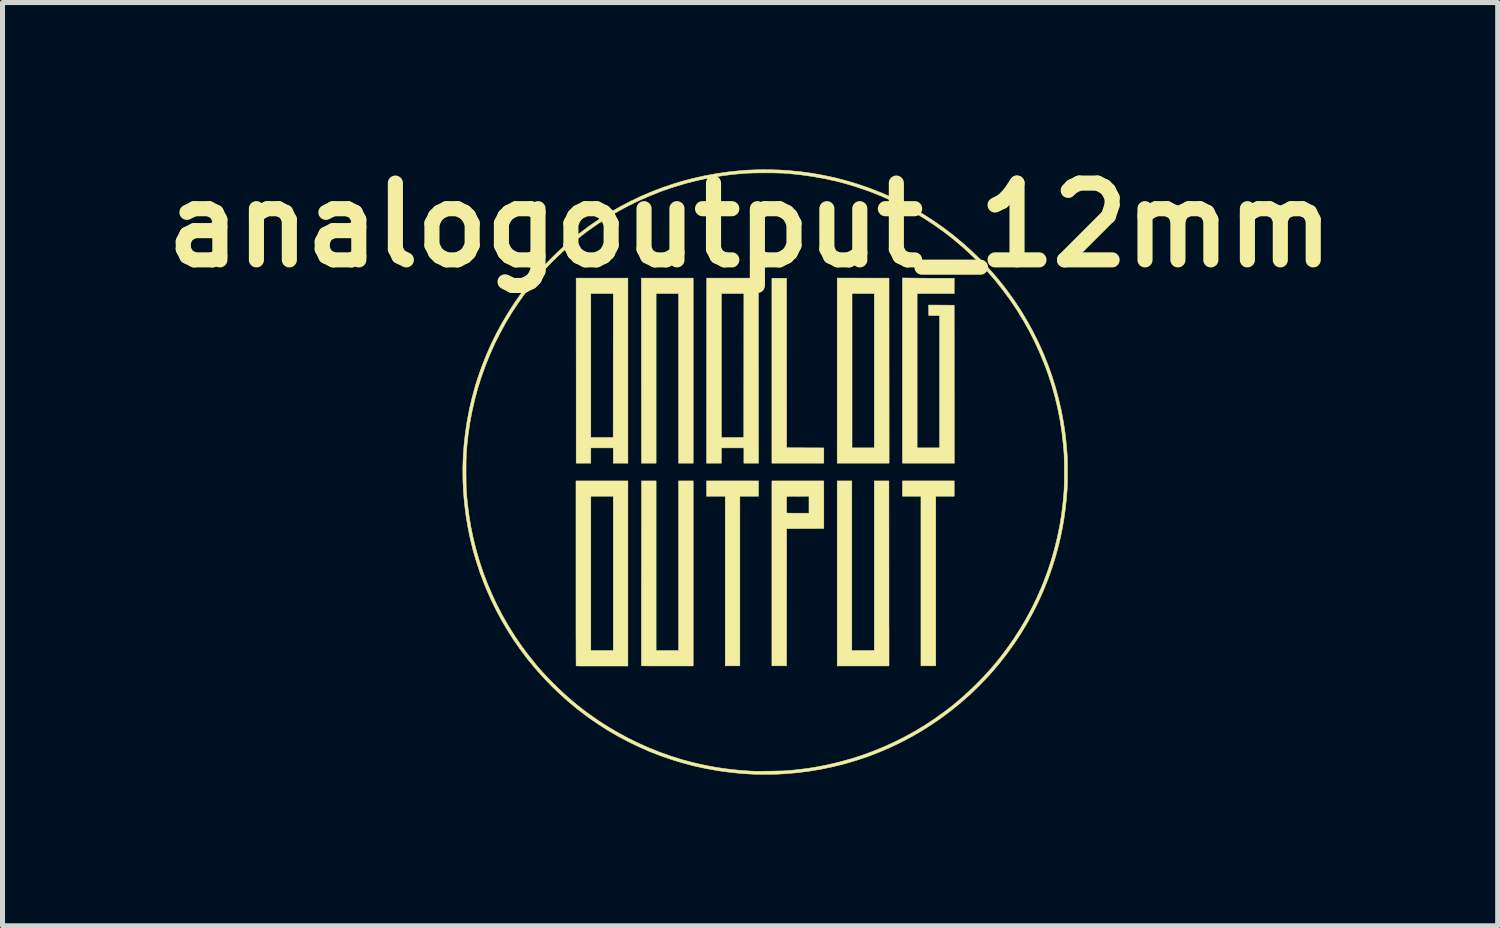
<source format=kicad_pcb>
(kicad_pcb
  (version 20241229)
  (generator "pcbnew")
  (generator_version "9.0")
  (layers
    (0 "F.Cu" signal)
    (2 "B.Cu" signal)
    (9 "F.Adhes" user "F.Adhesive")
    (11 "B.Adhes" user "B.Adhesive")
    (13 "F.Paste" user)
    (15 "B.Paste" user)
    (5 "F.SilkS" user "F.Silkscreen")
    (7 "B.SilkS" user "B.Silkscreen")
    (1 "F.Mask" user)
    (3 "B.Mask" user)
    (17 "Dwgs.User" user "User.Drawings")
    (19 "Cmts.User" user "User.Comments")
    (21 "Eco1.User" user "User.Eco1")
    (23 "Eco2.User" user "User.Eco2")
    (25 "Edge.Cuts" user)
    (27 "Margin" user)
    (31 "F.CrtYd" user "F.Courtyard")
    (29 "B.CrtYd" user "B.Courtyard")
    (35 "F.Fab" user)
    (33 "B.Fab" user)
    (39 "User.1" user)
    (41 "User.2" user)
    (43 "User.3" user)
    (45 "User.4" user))
  (footprint "analogoutput_12mm"
    (layer "F.Cu")
    (at 12.136 6.318)
    (property "Reference" "analogoutput_12mm" (at -0.3 -4.9 0) (layer "F.SilkS") (effects (font (size 1.524 1.524) (thickness 0.3))))
    (attr through_hole)
    (fp_poly (pts (xy 0.424 -2.164) (xy 0.425 -0.482) (xy 1.163 -0.479) (xy 1.163 -0.176) (xy 0.133 -0.176) (xy 0.133 -3.846) (xy 0.423 -3.846) (xy 0.424 -2.164)) (stroke (width 0.01) (type solid)) (fill yes) (layer "F.SilkS"))
    (fp_poly (pts (xy -0.133 0.48) (xy -0.503 0.48) (xy -0.503 3.846) (xy -0.793 3.846) (xy -0.793 0.48) (xy -1.163 0.48) (xy -1.163 0.176) (xy -0.133 0.176) (xy -0.133 0.48)) (stroke (width 0.01) (type solid)) (fill yes) (layer "F.SilkS"))
    (fp_poly (pts (xy 3.751 0.48) (xy 3.385 0.48) (xy 3.385 3.846) (xy 3.091 3.846) (xy 3.091 0.48) (xy 2.725 0.48) (xy 2.725 0.176) (xy 3.751 0.176) (xy 3.751 0.48)) (stroke (width 0.01) (type solid)) (fill yes) (layer "F.SilkS"))
    (fp_poly (pts (xy 1.943 -3.849) (xy 2.457 -3.848) (xy 2.459 -0.176) (xy 1.429 -0.176) (xy 1.429 -3.542) (xy 1.723 -3.542) (xy 1.723 -0.48) (xy 2.165 -0.48) (xy 2.165 -3.542) (xy 1.723 -3.542) (xy 1.429 -3.542) (xy 1.429 -3.85) (xy 1.943 -3.849)) (stroke (width 0.01) (type solid)) (fill yes) (layer "F.SilkS"))
    (fp_poly (pts (xy -0.133 -0.176) (xy -0.423 -0.176) (xy -0.423 -0.48) (xy -0.869 -0.48) (xy -0.869 -0.176) (xy -1.163 -0.176) (xy -1.162 -2.012) (xy -1.161 -3.542) (xy -0.869 -3.542) (xy -0.869 -0.684) (xy -0.425 -0.686) (xy -0.423 -3.542) (xy -0.869 -3.542) (xy -1.161 -3.542) (xy -1.161 -3.848) (xy -0.135 -3.848) (xy -0.133 -0.176)) (stroke (width 0.01) (type solid)) (fill yes) (layer "F.SilkS"))
    (fp_poly (pts (xy 2.942 -3.849) (xy 2.99 -3.848) (xy 3.044 -3.848) (xy 3.105 -3.847) (xy 3.17 -3.847) (xy 3.237 -3.846) (xy 3.304 -3.846) (xy 3.37 -3.846) (xy 3.432 -3.846) (xy 3.455 -3.846) (xy 3.751 -3.846) (xy 3.751 -3.542) (xy 3.015 -3.542) (xy 3.015 -0.48) (xy 3.461 -0.48) (xy 3.461 -3.105) (xy 3.353 -3.106) (xy 3.245 -3.107) (xy 3.244 -3.211) (xy 3.242 -3.314) (xy 3.497 -3.313) (xy 3.751 -3.311) (xy 3.753 -0.176) (xy 2.725 -0.176) (xy 2.725 -3.852) (xy 2.942 -3.849)) (stroke (width 0.01) (type solid)) (fill yes) (layer "F.SilkS"))
    (fp_poly (pts (xy -1.429 -0.176) (xy -1.719 -0.176) (xy -1.719 -3.542) (xy -2.165 -3.542) (xy -2.165 -0.176) (xy -2.455 -0.176) (xy -2.456 -1.859) (xy -2.456 -1.986) (xy -2.456 -2.112) (xy -2.456 -2.236) (xy -2.456 -2.357) (xy -2.456 -2.476) (xy -2.456 -2.592) (xy -2.456 -2.704) (xy -2.456 -2.812) (xy -2.456 -2.915) (xy -2.456 -3.014) (xy -2.457 -3.108) (xy -2.457 -3.197) (xy -2.457 -3.279) (xy -2.457 -3.356) (xy -2.457 -3.426) (xy -2.457 -3.489) (xy -2.457 -3.544) (xy -2.457 -3.592) (xy -2.457 -3.632) (xy -2.457 -3.663) (xy -2.457 -3.685) (xy -2.457 -3.695) (xy -2.457 -3.848) (xy -1.429 -3.848) (xy -1.429 -0.176)) (stroke (width 0.01) (type solid)) (fill yes) (layer "F.SilkS"))
    (fp_poly (pts (xy 1.163 1.12) (xy 0.425 1.123) (xy 0.424 2.484) (xy 0.423 3.846) (xy 0.133 3.846) (xy 0.133 0.717) (xy 0.423 0.717) (xy 0.423 0.749) (xy 0.424 0.775) (xy 0.424 0.795) (xy 0.424 0.807) (xy 0.425 0.811) (xy 0.427 0.812) (xy 0.434 0.813) (xy 0.446 0.814) (xy 0.463 0.815) (xy 0.486 0.816) (xy 0.516 0.816) (xy 0.554 0.816) (xy 0.6 0.817) (xy 0.648 0.817) (xy 0.869 0.817) (xy 0.869 0.479) (xy 0.647 0.481) (xy 0.425 0.482) (xy 0.424 0.643) (xy 0.423 0.682) (xy 0.423 0.717) (xy 0.133 0.717) (xy 0.133 0.176) (xy 1.163 0.176) (xy 1.163 1.12)) (stroke (width 0.01) (type solid)) (fill yes) (layer "F.SilkS"))
    (fp_poly (pts (xy 1.719 3.542) (xy 2.165 3.542) (xy 2.165 0.176) (xy 2.455 0.176) (xy 2.456 1.859) (xy 2.456 1.986) (xy 2.456 2.112) (xy 2.456 2.236) (xy 2.456 2.357) (xy 2.456 2.476) (xy 2.456 2.592) (xy 2.456 2.704) (xy 2.456 2.812) (xy 2.456 2.915) (xy 2.456 3.014) (xy 2.457 3.108) (xy 2.457 3.197) (xy 2.457 3.279) (xy 2.457 3.356) (xy 2.457 3.426) (xy 2.457 3.489) (xy 2.457 3.544) (xy 2.457 3.592) (xy 2.457 3.632) (xy 2.457 3.663) (xy 2.457 3.685) (xy 2.457 3.695) (xy 2.457 3.848) (xy 1.943 3.848) (xy 1.429 3.848) (xy 1.429 0.176) (xy 1.719 0.176) (xy 1.719 3.542)) (stroke (width 0.01) (type solid)) (fill yes) (layer "F.SilkS"))
    (fp_poly (pts (xy -2.725 -0.176) (xy -3.015 -0.176) (xy -3.015 -0.48) (xy -3.461 -0.48) (xy -3.461 -0.176) (xy -3.751 -0.176) (xy -3.751 -0.326) (xy -3.751 -0.343) (xy -3.751 -0.368) (xy -3.751 -0.402) (xy -3.751 -0.444) (xy -3.751 -0.495) (xy -3.751 -0.553) (xy -3.751 -0.618) (xy -3.751 -0.69) (xy -3.751 -0.768) (xy -3.751 -0.853) (xy -3.751 -0.943) (xy -3.751 -1.039) (xy -3.751 -1.139) (xy -3.751 -1.244) (xy -3.751 -1.354) (xy -3.751 -1.467) (xy -3.751 -1.583) (xy -3.751 -1.703) (xy -3.751 -1.825) (xy -3.751 -1.95) (xy -3.751 -2.076) (xy -3.751 -2.163) (xy -3.752 -3.542) (xy -3.461 -3.542) (xy -3.461 -0.684) (xy -3.017 -0.686) (xy -3.016 -2.114) (xy -3.015 -3.542) (xy -3.461 -3.542) (xy -3.752 -3.542) (xy -3.752 -3.848) (xy -3.238 -3.848) (xy -2.725 -3.848) (xy -2.725 -0.176)) (stroke (width 0.01) (type solid)) (fill yes) (layer "F.SilkS"))
    (fp_poly (pts (xy -2.165 3.542) (xy -1.719 3.542) (xy -1.719 0.176) (xy -1.429 0.176) (xy -1.429 3.848) (xy -1.942 3.848) (xy -2.011 3.848) (xy -2.077 3.848) (xy -2.14 3.848) (xy -2.199 3.848) (xy -2.254 3.848) (xy -2.303 3.848) (xy -2.347 3.847) (xy -2.384 3.847) (xy -2.414 3.847) (xy -2.436 3.846) (xy -2.451 3.846) (xy -2.456 3.846) (xy -2.456 3.846) (xy -2.456 3.841) (xy -2.456 3.827) (xy -2.456 3.804) (xy -2.456 3.773) (xy -2.456 3.733) (xy -2.456 3.685) (xy -2.456 3.63) (xy -2.456 3.568) (xy -2.456 3.499) (xy -2.456 3.423) (xy -2.456 3.341) (xy -2.456 3.253) (xy -2.456 3.16) (xy -2.456 3.061) (xy -2.456 2.957) (xy -2.456 2.849) (xy -2.456 2.736) (xy -2.456 2.619) (xy -2.456 2.499) (xy -2.456 2.375) (xy -2.456 2.248) (xy -2.456 2.119) (xy -2.455 2.009) (xy -2.454 0.176) (xy -2.165 0.176) (xy -2.165 3.542)) (stroke (width 0.01) (type solid)) (fill yes) (layer "F.SilkS"))
    (fp_poly (pts (xy -2.725 3.85) (xy -3.237 3.85) (xy -3.306 3.85) (xy -3.372 3.85) (xy -3.435 3.85) (xy -3.494 3.85) (xy -3.549 3.85) (xy -3.598 3.849) (xy -3.642 3.849) (xy -3.679 3.849) (xy -3.709 3.848) (xy -3.732 3.848) (xy -3.747 3.848) (xy -3.752 3.847) (xy -3.752 3.847) (xy -3.752 3.842) (xy -3.753 3.828) (xy -3.753 3.805) (xy -3.753 3.774) (xy -3.753 3.734) (xy -3.754 3.687) (xy -3.754 3.631) (xy -3.754 3.569) (xy -3.754 3.5) (xy -3.754 3.424) (xy -3.754 3.342) (xy -3.755 3.254) (xy -3.755 3.161) (xy -3.755 3.062) (xy -3.755 2.958) (xy -3.755 2.849) (xy -3.755 2.737) (xy -3.755 2.62) (xy -3.755 2.499) (xy -3.755 2.376) (xy -3.755 2.249) (xy -3.755 2.12) (xy -3.755 2.01) (xy -3.755 0.48) (xy -3.461 0.48) (xy -3.461 3.542) (xy -3.015 3.542) (xy -3.015 0.48) (xy -3.461 0.48) (xy -3.755 0.48) (xy -3.755 0.176) (xy -2.725 0.176) (xy -2.725 3.85)) (stroke (width 0.01) (type solid)) (fill yes) (layer "F.SilkS"))
    (fp_poly (pts (xy 0.131 -5.999) (xy 0.292 -5.994) (xy 0.448 -5.985) (xy 0.456 -5.984) (xy 0.694 -5.961) (xy 0.931 -5.929) (xy 1.165 -5.887) (xy 1.397 -5.837) (xy 1.626 -5.777) (xy 1.853 -5.708) (xy 2.076 -5.631) (xy 2.296 -5.545) (xy 2.513 -5.45) (xy 2.726 -5.347) (xy 2.935 -5.235) (xy 3.14 -5.114) (xy 3.341 -4.985) (xy 3.532 -4.852) (xy 3.718 -4.711) (xy 3.898 -4.563) (xy 4.073 -4.407) (xy 4.243 -4.244) (xy 4.406 -4.074) (xy 4.562 -3.899) (xy 4.711 -3.719) (xy 4.81 -3.589) (xy 4.949 -3.395) (xy 5.079 -3.197) (xy 5.201 -2.994) (xy 5.315 -2.786) (xy 5.421 -2.574) (xy 5.518 -2.359) (xy 5.607 -2.139) (xy 5.687 -1.917) (xy 5.758 -1.691) (xy 5.82 -1.462) (xy 5.874 -1.231) (xy 5.913 -1.023) (xy 5.934 -0.894) (xy 5.952 -0.766) (xy 5.967 -0.637) (xy 5.98 -0.504) (xy 5.991 -0.365) (xy 5.992 -0.344) (xy 5.994 -0.314) (xy 5.995 -0.276) (xy 5.996 -0.231) (xy 5.997 -0.18) (xy 5.998 -0.125) (xy 5.998 -0.068) (xy 5.999 -0.009) (xy 5.998 0.051) (xy 5.998 0.109) (xy 5.998 0.164) (xy 5.997 0.216) (xy 5.996 0.262) (xy 5.994 0.303) (xy 5.993 0.335) (xy 5.993 0.342) (xy 5.977 0.542) (xy 5.956 0.736) (xy 5.93 0.924) (xy 5.898 1.109) (xy 5.861 1.29) (xy 5.823 1.453) (xy 5.76 1.685) (xy 5.688 1.913) (xy 5.608 2.137) (xy 5.519 2.358) (xy 5.421 2.574) (xy 5.315 2.786) (xy 5.201 2.994) (xy 5.078 3.198) (xy 4.947 3.397) (xy 4.808 3.591) (xy 4.661 3.78) (xy 4.506 3.964) (xy 4.452 4.025) (xy 4.428 4.051) (xy 4.398 4.082) (xy 4.364 4.118) (xy 4.327 4.156) (xy 4.287 4.197) (xy 4.247 4.238) (xy 4.206 4.279) (xy 4.166 4.318) (xy 4.129 4.354) (xy 4.096 4.386) (xy 4.067 4.414) (xy 4.052 4.427) (xy 3.871 4.586) (xy 3.684 4.737) (xy 3.493 4.88) (xy 3.297 5.014) (xy 3.097 5.141) (xy 2.892 5.259) (xy 2.683 5.369) (xy 2.47 5.47) (xy 2.254 5.562) (xy 2.034 5.647) (xy 1.81 5.722) (xy 1.584 5.789) (xy 1.354 5.846) (xy 1.122 5.895) (xy 0.887 5.935) (xy 0.65 5.966) (xy 0.41 5.987) (xy 0.249 5.996) (xy 0.22 5.997) (xy 0.183 5.998) (xy 0.14 5.999) (xy 0.093 5.999) (xy 0.043 6) (xy -0.007 6) (xy -0.057 6) (xy -0.104 6) (xy -0.147 5.999) (xy -0.184 5.999) (xy -0.213 5.998) (xy -0.216 5.998) (xy -0.457 5.984) (xy -0.695 5.96) (xy -0.932 5.928) (xy -1.166 5.886) (xy -1.398 5.836) (xy -1.627 5.776) (xy -1.853 5.708) (xy -2.075 5.631) (xy -2.295 5.546) (xy -2.51 5.451) (xy -2.722 5.349) (xy -2.93 5.238) (xy -3.134 5.119) (xy -3.333 4.991) (xy -3.527 4.856) (xy -3.717 4.712) (xy -3.758 4.679) (xy -3.916 4.547) (xy -4.072 4.407) (xy -4.225 4.261) (xy -4.373 4.109) (xy -4.514 3.954) (xy -4.565 3.895) (xy -4.713 3.716) (xy -4.854 3.529) (xy -4.988 3.337) (xy -5.115 3.139) (xy -5.234 2.936) (xy -5.345 2.728) (xy -5.448 2.516) (xy -5.543 2.301) (xy -5.574 2.224) (xy -5.658 2.002) (xy -5.732 1.777) (xy -5.798 1.55) (xy -5.854 1.321) (xy -5.901 1.09) (xy -5.939 0.858) (xy -5.968 0.625) (xy -5.988 0.391) (xy -5.999 0.157) (xy -6 0) (xy -5.937 0) (xy -5.937 0.072) (xy -5.936 0.136) (xy -5.936 0.193) (xy -5.935 0.244) (xy -5.934 0.291) (xy -5.932 0.335) (xy -5.93 0.378) (xy -5.927 0.42) (xy -5.924 0.463) (xy -5.92 0.509) (xy -5.915 0.558) (xy -5.91 0.612) (xy -5.908 0.627) (xy -5.879 0.861) (xy -5.84 1.094) (xy -5.792 1.324) (xy -5.735 1.552) (xy -5.669 1.777) (xy -5.595 2) (xy -5.511 2.219) (xy -5.419 2.435) (xy -5.319 2.647) (xy -5.21 2.855) (xy -5.093 3.059) (xy -4.968 3.258) (xy -4.835 3.453) (xy -4.694 3.642) (xy -4.549 3.822) (xy -4.505 3.874) (xy -4.462 3.923) (xy -4.42 3.97) (xy -4.376 4.018) (xy -4.33 4.066) (xy -4.281 4.118) (xy -4.225 4.174) (xy -4.202 4.197) (xy -4.106 4.292) (xy -4.013 4.379) (xy -3.922 4.462) (xy -3.831 4.541) (xy -3.738 4.618) (xy -3.642 4.694) (xy -3.541 4.771) (xy -3.486 4.811) (xy -3.305 4.937) (xy -3.118 5.057) (xy -2.924 5.171) (xy -2.726 5.278) (xy -2.523 5.378) (xy -2.318 5.47) (xy -2.11 5.554) (xy -1.9 5.629) (xy -1.691 5.696) (xy -1.664 5.704) (xy -1.492 5.751) (xy -1.323 5.792) (xy -1.155 5.828) (xy -0.987 5.859) (xy -0.816 5.885) (xy -0.642 5.906) (xy -0.462 5.923) (xy -0.275 5.936) (xy -0.261 5.936) (xy -0.24 5.937) (xy -0.211 5.938) (xy -0.175 5.938) (xy -0.132 5.938) (xy -0.085 5.938) (xy -0.035 5.938) (xy 0.018 5.937) (xy 0.073 5.937) (xy 0.127 5.936) (xy 0.18 5.935) (xy 0.231 5.934) (xy 0.278 5.933) (xy 0.321 5.932) (xy 0.357 5.931) (xy 0.387 5.929) (xy 0.408 5.928) (xy 0.516 5.919) (xy 0.617 5.909) (xy 0.714 5.898) (xy 0.81 5.886) (xy 0.906 5.872) (xy 1.002 5.856) (xy 1.233 5.812) (xy 1.463 5.758) (xy 1.689 5.696) (xy 1.913 5.625) (xy 2.134 5.545) (xy 2.351 5.456) (xy 2.565 5.359) (xy 2.775 5.253) (xy 2.981 5.139) (xy 3.182 5.017) (xy 3.378 4.887) (xy 3.57 4.749) (xy 3.725 4.629) (xy 3.88 4.499) (xy 4.033 4.362) (xy 4.182 4.219) (xy 4.325 4.073) (xy 4.461 3.924) (xy 4.503 3.876) (xy 4.654 3.693) (xy 4.798 3.503) (xy 4.934 3.309) (xy 5.062 3.11) (xy 5.182 2.906) (xy 5.294 2.697) (xy 5.397 2.484) (xy 5.492 2.266) (xy 5.515 2.209) (xy 5.599 1.987) (xy 5.674 1.762) (xy 5.74 1.534) (xy 5.796 1.305) (xy 5.844 1.073) (xy 5.882 0.84) (xy 5.91 0.605) (xy 5.915 0.553) (xy 5.92 0.504) (xy 5.924 0.46) (xy 5.927 0.42) (xy 5.93 0.382) (xy 5.932 0.345) (xy 5.933 0.307) (xy 5.935 0.268) (xy 5.936 0.226) (xy 5.936 0.18) (xy 5.937 0.128) (xy 5.937 0.069) (xy 5.937 0.002) (xy 5.937 0) (xy 5.937 -0.067) (xy 5.937 -0.126) (xy 5.936 -0.178) (xy 5.936 -0.225) (xy 5.935 -0.267) (xy 5.933 -0.306) (xy 5.932 -0.343) (xy 5.93 -0.381) (xy 5.927 -0.419) (xy 5.924 -0.459) (xy 5.92 -0.503) (xy 5.916 -0.551) (xy 5.915 -0.553) (xy 5.889 -0.788) (xy 5.853 -1.021) (xy 5.808 -1.252) (xy 5.754 -1.481) (xy 5.691 -1.707) (xy 5.619 -1.931) (xy 5.538 -2.151) (xy 5.448 -2.369) (xy 5.35 -2.583) (xy 5.244 -2.793) (xy 5.129 -2.998) (xy 5.006 -3.2) (xy 4.875 -3.396) (xy 4.853 -3.428) (xy 4.713 -3.617) (xy 4.566 -3.802) (xy 4.411 -3.98) (xy 4.249 -4.153) (xy 4.079 -4.319) (xy 3.903 -4.479) (xy 3.721 -4.632) (xy 3.703 -4.646) (xy 3.521 -4.786) (xy 3.332 -4.919) (xy 3.138 -5.045) (xy 2.938 -5.164) (xy 2.733 -5.275) (xy 2.523 -5.378) (xy 2.31 -5.474) (xy 2.093 -5.561) (xy 2.032 -5.583) (xy 1.82 -5.656) (xy 1.606 -5.721) (xy 1.39 -5.777) (xy 1.17 -5.825) (xy 0.946 -5.865) (xy 0.718 -5.897) (xy 0.485 -5.922) (xy 0.404 -5.928) (xy 0.365 -5.931) (xy 0.319 -5.933) (xy 0.266 -5.934) (xy 0.207 -5.936) (xy 0.144 -5.937) (xy 0.078 -5.937) (xy 0.011 -5.938) (xy -0.057 -5.937) (xy -0.123 -5.937) (xy -0.187 -5.936) (xy -0.247 -5.935) (xy -0.302 -5.933) (xy -0.351 -5.931) (xy -0.392 -5.929) (xy -0.404 -5.928) (xy -0.61 -5.91) (xy -0.81 -5.886) (xy -1.005 -5.856) (xy -1.196 -5.82) (xy -1.386 -5.777) (xy -1.576 -5.729) (xy -1.613 -5.718) (xy -1.837 -5.65) (xy -2.059 -5.573) (xy -2.277 -5.487) (xy -2.492 -5.393) (xy -2.704 -5.29) (xy -2.911 -5.179) (xy -3.113 -5.06) (xy -3.311 -4.933) (xy -3.503 -4.799) (xy -3.689 -4.657) (xy -3.79 -4.575) (xy -3.899 -4.483) (xy -4.008 -4.384) (xy -4.117 -4.282) (xy -4.224 -4.177) (xy -4.326 -4.072) (xy -4.423 -3.968) (xy -4.47 -3.914) (xy -4.622 -3.733) (xy -4.767 -3.546) (xy -4.904 -3.354) (xy -5.033 -3.157) (xy -5.154 -2.956) (xy -5.266 -2.75) (xy -5.371 -2.54) (xy -5.467 -2.326) (xy -5.554 -2.109) (xy -5.633 -1.888) (xy -5.704 -1.664) (xy -5.765 -1.438) (xy -5.817 -1.209) (xy -5.861 -0.977) (xy -5.895 -0.744) (xy -5.908 -0.627) (xy -5.914 -0.571) (xy -5.919 -0.521) (xy -5.923 -0.475) (xy -5.927 -0.431) (xy -5.929 -0.389) (xy -5.932 -0.347) (xy -5.933 -0.303) (xy -5.935 -0.257) (xy -5.936 -0.207) (xy -5.936 -0.151) (xy -5.937 -0.089) (xy -5.937 -0.02) (xy -5.937 0) (xy -6 0) (xy -6.001 -0.078) (xy -5.993 -0.312) (xy -5.976 -0.547) (xy -5.95 -0.78) (xy -5.915 -1.013) (xy -5.871 -1.245) (xy -5.817 -1.475) (xy -5.755 -1.703) (xy -5.704 -1.866) (xy -5.625 -2.091) (xy -5.538 -2.312) (xy -5.442 -2.53) (xy -5.338 -2.743) (xy -5.225 -2.952) (xy -5.104 -3.156) (xy -4.975 -3.356) (xy -4.838 -3.551) (xy -4.693 -3.74) (xy -4.541 -3.924) (xy -4.427 -4.052) (xy -4.405 -4.076) (xy -4.377 -4.105) (xy -4.345 -4.139) (xy -4.309 -4.175) (xy -4.271 -4.214) (xy -4.232 -4.253) (xy -4.193 -4.292) (xy -4.155 -4.329) (xy -4.12 -4.363) (xy -4.089 -4.393) (xy -4.062 -4.418) (xy -4.052 -4.427) (xy -3.872 -4.585) (xy -3.687 -4.735) (xy -3.496 -4.878) (xy -3.3 -5.013) (xy -3.099 -5.139) (xy -2.894 -5.258) (xy -2.684 -5.368) (xy -2.47 -5.47) (xy -2.252 -5.563) (xy -2.03 -5.648) (xy -1.805 -5.723) (xy -1.662 -5.767) (xy -1.431 -5.828) (xy -1.198 -5.88) (xy -0.963 -5.923) (xy -0.725 -5.957) (xy -0.513 -5.979) (xy -0.358 -5.991) (xy -0.197 -5.998) (xy -0.033 -6.001) (xy 0.131 -5.999)) (stroke (width 0.01) (type solid)) (fill yes) (layer "F.SilkS")))
  (gr_rect
    (start -3 -3)
    (end 26.673 15.323)
    (stroke (width 0.1) (type default))
    (fill no)
    (layer "Edge.Cuts")))
</source>
